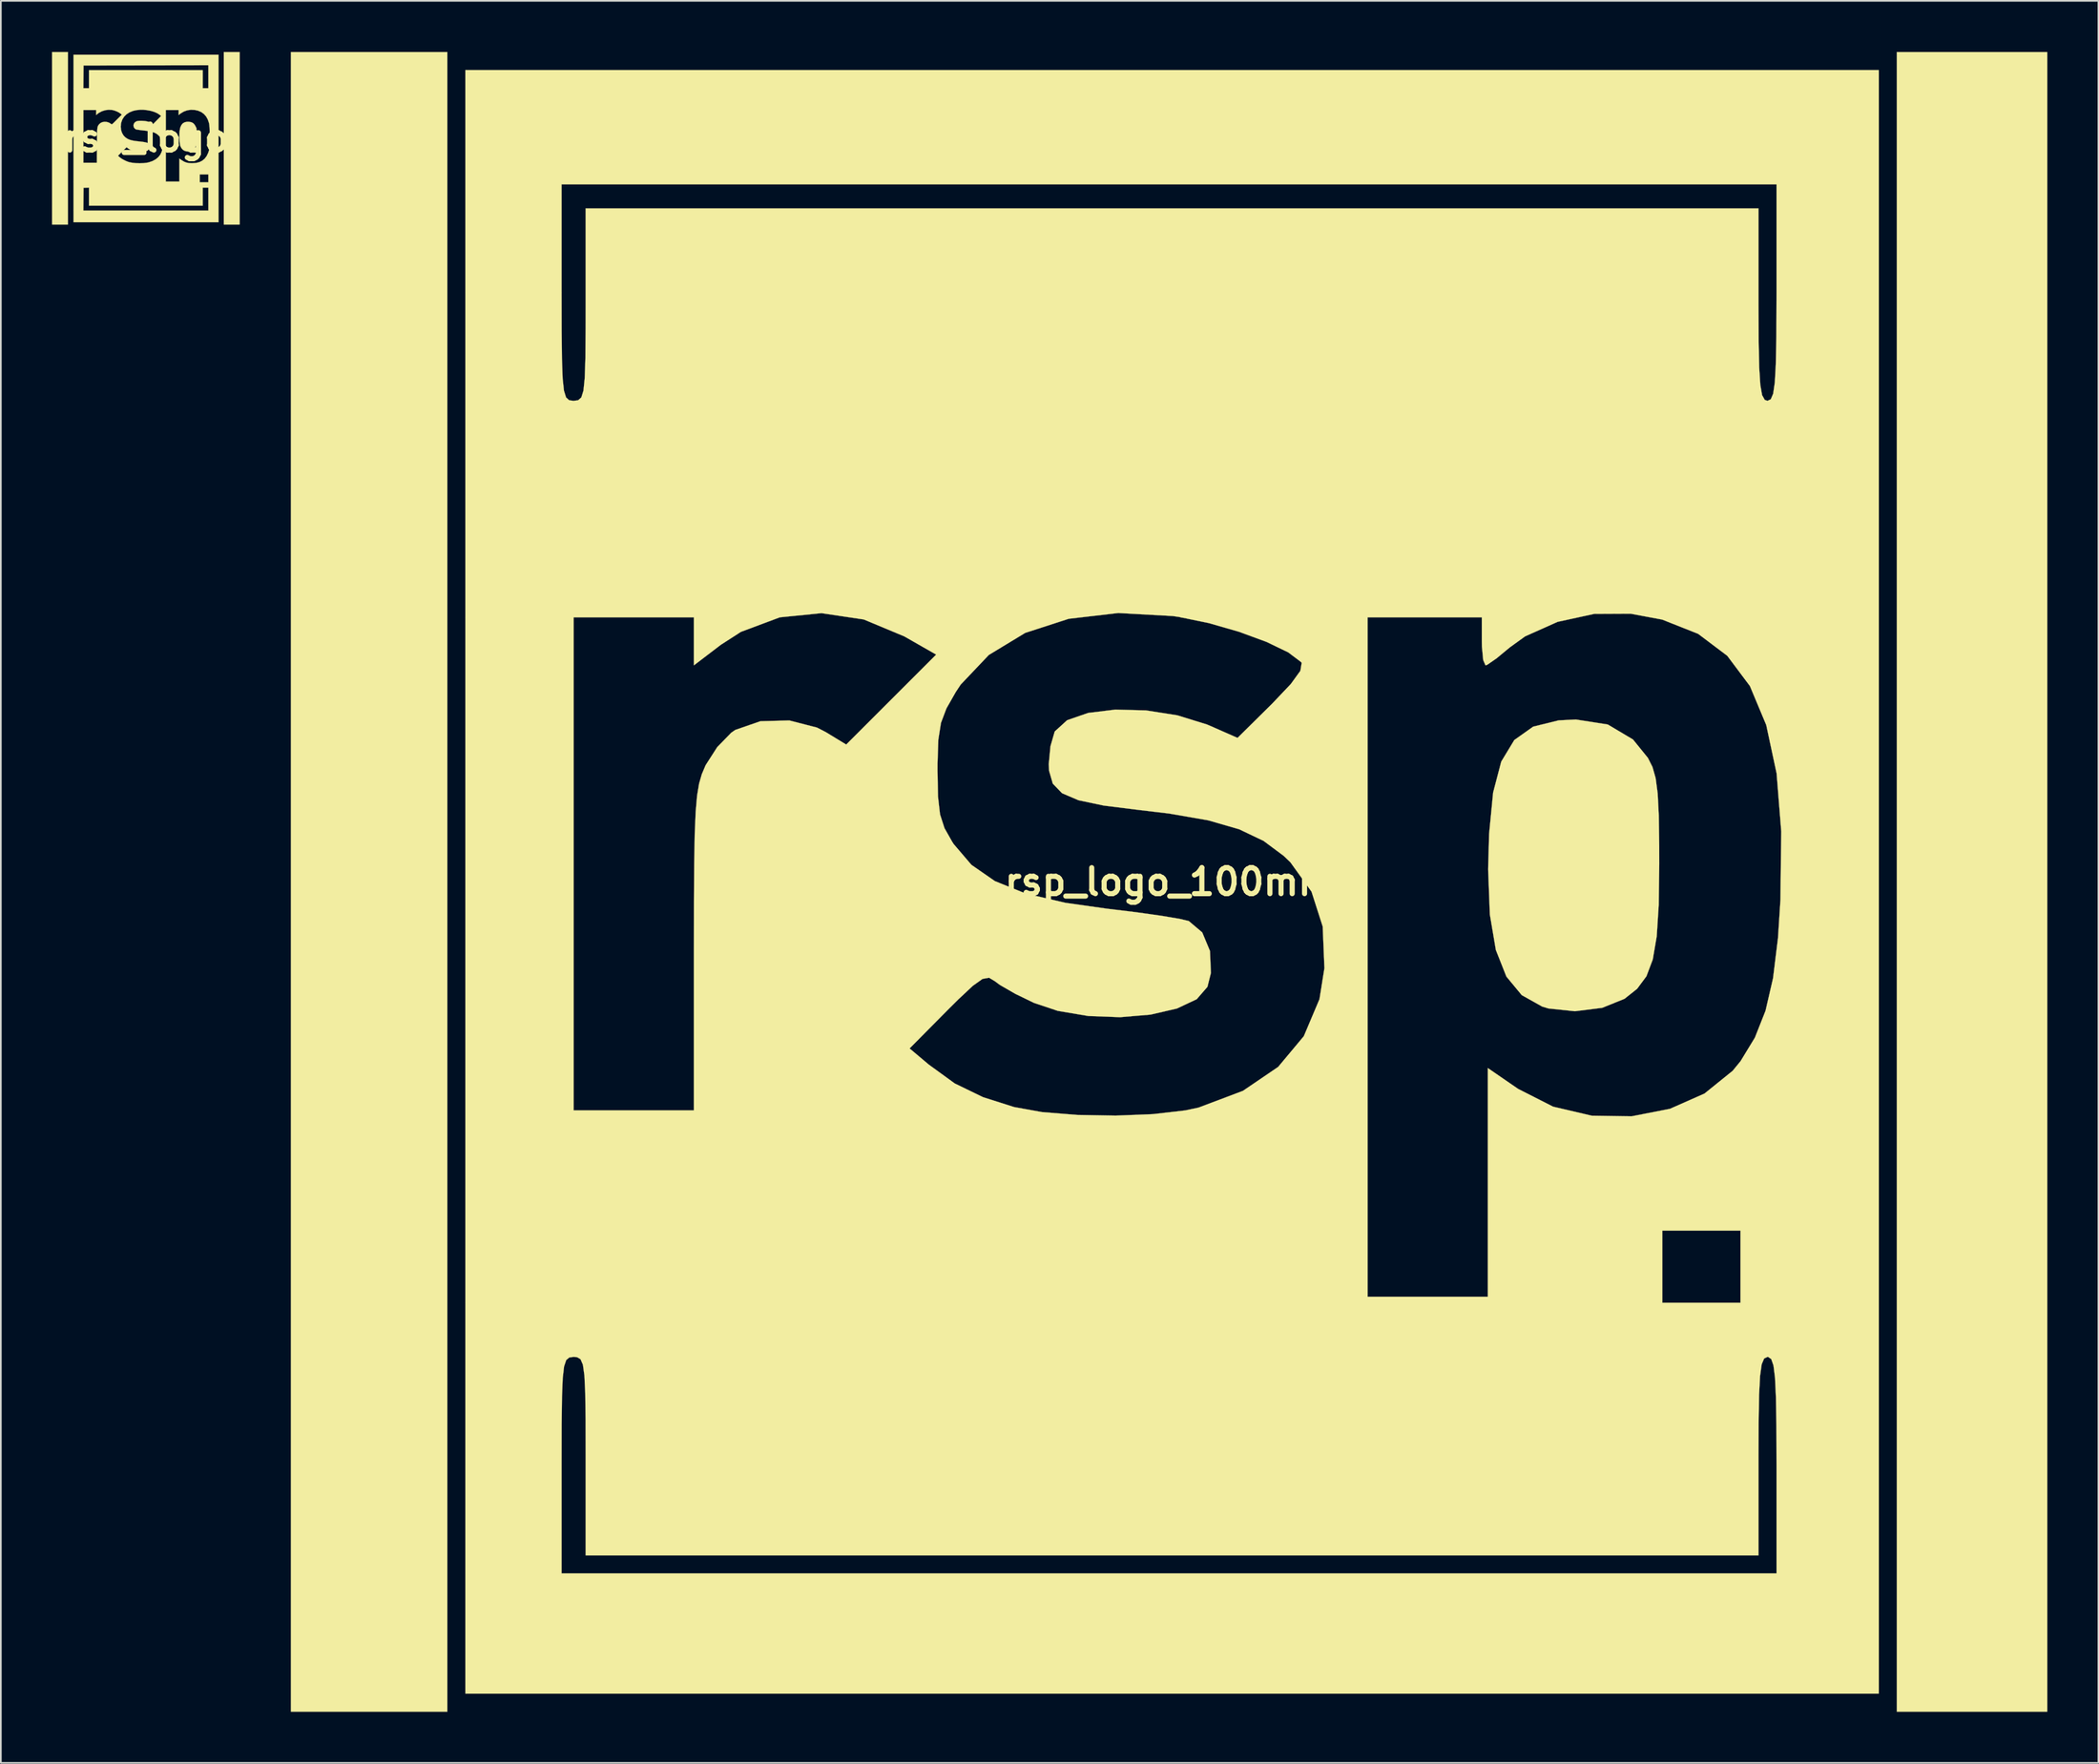
<source format=kicad_pcb>
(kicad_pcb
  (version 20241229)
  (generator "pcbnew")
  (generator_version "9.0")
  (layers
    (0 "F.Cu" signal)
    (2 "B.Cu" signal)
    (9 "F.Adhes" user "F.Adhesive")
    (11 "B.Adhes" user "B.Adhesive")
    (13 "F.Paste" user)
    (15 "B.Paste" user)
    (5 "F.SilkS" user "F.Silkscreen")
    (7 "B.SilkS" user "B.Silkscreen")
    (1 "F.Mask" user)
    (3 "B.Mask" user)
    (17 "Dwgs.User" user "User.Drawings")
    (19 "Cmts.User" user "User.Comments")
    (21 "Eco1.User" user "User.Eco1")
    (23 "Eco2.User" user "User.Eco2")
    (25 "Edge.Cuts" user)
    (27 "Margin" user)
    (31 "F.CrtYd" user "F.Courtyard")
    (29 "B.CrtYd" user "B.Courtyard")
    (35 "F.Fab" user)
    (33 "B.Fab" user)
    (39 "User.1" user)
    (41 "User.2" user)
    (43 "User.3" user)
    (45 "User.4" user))
  (footprint "rsp_logo_100mm"
    (layer "F.Cu")
    (at 65.52 48.688)
    (property "Reference" "rsp_logo_100mm" (at 0 0 0) (layer "F.SilkS") (effects (font (size 1.524 1.524) (thickness 0.3))))
    (attr through_hole)
    (fp_poly (pts (xy -42.333 48.683) (xy -51.506 48.683) (xy -51.506 -48.683) (xy -42.333 -48.683) (xy -42.333 48.683)) (stroke (width 0.01) (type solid)) (fill yes) (layer "F.SilkS"))
    (fp_poly (pts (xy 51.506 48.683) (xy 42.686 48.683) (xy 42.686 -48.683) (xy 51.506 -48.683) (xy 51.506 48.683)) (stroke (width 0.01) (type solid)) (fill yes) (layer "F.SilkS"))
    (fp_poly (pts (xy 25.733 -9.232) (xy 27.212 -8.352) (xy 28.086 -7.272) (xy 28.354 -6.739) (xy 28.54 -6.085) (xy 28.659 -5.181) (xy 28.724 -3.895) (xy 28.749 -2.096) (xy 28.751 -1.058) (xy 28.719 1.365) (xy 28.602 3.197) (xy 28.371 4.551) (xy 27.998 5.538) (xy 27.454 6.271) (xy 26.716 6.858) (xy 25.408 7.388) (xy 23.805 7.589) (xy 22.251 7.426) (xy 21.884 7.316) (xy 20.685 6.643) (xy 19.785 5.555) (xy 19.168 3.997) (xy 18.816 1.915) (xy 18.714 -0.747) (xy 18.772 -2.816) (xy 19.008 -5.243) (xy 19.484 -7.057) (xy 20.25 -8.322) (xy 21.356 -9.107) (xy 22.852 -9.475) (xy 23.863 -9.525) (xy 25.733 -9.232)) (stroke (width 0.01) (type solid)) (fill yes) (layer "F.SilkS"))
    (fp_poly (pts (xy 41.628 47.625) (xy -41.275 47.625) (xy -41.275 34.219) (xy -35.631 34.219) (xy -35.631 40.569) (xy 35.631 40.569) (xy 35.631 34.219) (xy 35.623 31.925) (xy 35.596 30.245) (xy 35.541 29.091) (xy 35.451 28.37) (xy 35.319 27.994) (xy 35.137 27.872) (xy 35.101 27.869) (xy 34.903 27.962) (xy 34.76 28.301) (xy 34.664 28.982) (xy 34.606 30.099) (xy 34.579 31.744) (xy 34.572 33.69) (xy 34.572 39.511) (xy -34.219 39.511) (xy -34.219 33.69) (xy -34.223 31.542) (xy -34.243 30) (xy -34.291 28.963) (xy -34.379 28.331) (xy -34.519 28.005) (xy -34.723 27.885) (xy -34.925 27.869) (xy -35.176 27.9) (xy -35.359 28.054) (xy -35.485 28.427) (xy -35.564 29.117) (xy -35.608 30.218) (xy -35.627 31.826) (xy -35.631 34.037) (xy -35.631 34.219) (xy -41.275 34.219) (xy -41.275 -15.522) (xy -34.925 -15.522) (xy -34.925 13.406) (xy -27.869 13.406) (xy -27.869 9.772) (xy -15.221 9.772) (xy -14.094 10.72) (xy -12.572 11.826) (xy -10.914 12.631) (xy -9.091 13.211) (xy -7.461 13.506) (xy -5.391 13.673) (xy -3.134 13.714) (xy -0.938 13.626) (xy 0.946 13.409) (xy 1.729 13.243) (xy 4.334 12.26) (xy 6.4 10.855) (xy 7.904 9.053) (xy 8.823 6.88) (xy 9.112 5.063) (xy 9.012 2.62) (xy 8.355 0.573) (xy 7.118 -1.148) (xy 6.73 -1.521) (xy 5.544 -2.404) (xy 4.111 -3.087) (xy 2.304 -3.609) (xy -0.002 -4.01) (xy -1.747 -4.217) (xy -3.835 -4.478) (xy -5.312 -4.789) (xy -6.275 -5.201) (xy -6.818 -5.761) (xy -7.037 -6.517) (xy -7.056 -6.91) (xy -6.955 -7.962) (xy -6.713 -8.8) (xy -6.697 -8.831) (xy -5.978 -9.485) (xy -4.745 -9.911) (xy -3.154 -10.105) (xy -1.359 -10.06) (xy 0.482 -9.772) (xy 2.215 -9.236) (xy 2.449 -9.137) (xy 4.016 -8.446) (xy 6.054 -10.463) (xy 7.14 -11.607) (xy 7.702 -12.383) (xy 7.778 -12.844) (xy 7.745 -12.896) (xy 6.99 -13.465) (xy 5.718 -14.078) (xy 4.105 -14.672) (xy 2.332 -15.182) (xy 0.683 -15.522) (xy 11.642 -15.522) (xy 11.642 24.342) (xy 18.697 24.342) (xy 18.697 20.461) (xy 28.928 20.461) (xy 28.928 24.694) (xy 33.514 24.694) (xy 33.514 20.461) (xy 28.928 20.461) (xy 18.697 20.461) (xy 18.697 10.924) (xy 20.472 12.145) (xy 22.524 13.188) (xy 24.791 13.718) (xy 27.124 13.755) (xy 29.378 13.315) (xy 31.405 12.419) (xy 33.059 11.083) (xy 33.522 10.516) (xy 34.361 9.138) (xy 34.985 7.561) (xy 35.426 5.652) (xy 35.717 3.279) (xy 35.859 1.058) (xy 35.907 -2.958) (xy 35.634 -6.368) (xy 35.027 -9.202) (xy 34.068 -11.491) (xy 32.741 -13.264) (xy 31.031 -14.553) (xy 28.922 -15.388) (xy 27.071 -15.734) (xy 24.936 -15.723) (xy 22.787 -15.255) (xy 20.882 -14.404) (xy 19.975 -13.749) (xy 19.212 -13.117) (xy 18.674 -12.744) (xy 18.562 -12.7) (xy 18.426 -13.013) (xy 18.35 -13.796) (xy 18.344 -14.111) (xy 18.344 -15.522) (xy 11.642 -15.522) (xy 0.683 -15.522) (xy 0.577 -15.544) (xy 0.214 -15.597) (xy -2.975 -15.774) (xy -5.882 -15.436) (xy -8.438 -14.608) (xy -10.574 -13.312) (xy -12.223 -11.574) (xy -12.511 -11.139) (xy -13.059 -10.176) (xy -13.38 -9.326) (xy -13.535 -8.337) (xy -13.581 -6.958) (xy -13.582 -6.526) (xy -13.554 -5.008) (xy -13.434 -3.96) (xy -13.172 -3.15) (xy -12.716 -2.345) (xy -12.63 -2.213) (xy -11.592 -0.998) (xy -10.217 -0.045) (xy -8.412 0.684) (xy -6.083 1.228) (xy -3.66 1.571) (xy -1.962 1.777) (xy -0.482 1.985) (xy 0.617 2.169) (xy 1.156 2.298) (xy 1.945 2.965) (xy 2.399 4.055) (xy 2.454 5.341) (xy 2.25 6.158) (xy 1.622 6.883) (xy 0.458 7.431) (xy -1.09 7.788) (xy -2.872 7.938) (xy -4.735 7.869) (xy -6.529 7.567) (xy -7.925 7.099) (xy -9.027 6.564) (xy -9.92 6.048) (xy -10.236 5.816) (xy -10.557 5.624) (xy -10.941 5.692) (xy -11.505 6.093) (xy -12.366 6.899) (xy -13.009 7.54) (xy -15.221 9.772) (xy -27.869 9.772) (xy -27.869 3.992) (xy -27.866 1.138) (xy -27.851 -1.103) (xy -27.82 -2.822) (xy -27.766 -4.11) (xy -27.683 -5.06) (xy -27.566 -5.763) (xy -27.408 -6.311) (xy -27.204 -6.796) (xy -27.171 -6.864) (xy -26.498 -7.911) (xy -25.676 -8.753) (xy -25.441 -8.915) (xy -23.968 -9.425) (xy -22.272 -9.469) (xy -20.653 -9.053) (xy -20.14 -8.789) (xy -18.937 -8.056) (xy -13.659 -13.334) (xy -15.53 -14.403) (xy -17.907 -15.395) (xy -20.385 -15.765) (xy -22.83 -15.521) (xy -25.111 -14.669) (xy -26.29 -13.91) (xy -27.869 -12.705) (xy -27.869 -15.522) (xy -34.925 -15.522) (xy -41.275 -15.522) (xy -41.275 -40.922) (xy -35.631 -40.922) (xy -35.631 -34.572) (xy -35.627 -32.315) (xy -35.61 -30.667) (xy -35.569 -29.533) (xy -35.492 -28.818) (xy -35.37 -28.425) (xy -35.191 -28.258) (xy -34.945 -28.222) (xy -34.925 -28.222) (xy -34.661 -28.255) (xy -34.473 -28.422) (xy -34.347 -28.823) (xy -34.272 -29.562) (xy -34.234 -30.738) (xy -34.221 -32.455) (xy -34.219 -33.867) (xy -34.219 -39.511) (xy 34.572 -39.511) (xy 34.572 -33.867) (xy 34.581 -31.719) (xy 34.613 -30.181) (xy 34.678 -29.158) (xy 34.784 -28.555) (xy 34.94 -28.276) (xy 35.101 -28.222) (xy 35.293 -28.312) (xy 35.433 -28.64) (xy 35.529 -29.297) (xy 35.589 -30.374) (xy 35.62 -31.961) (xy 35.63 -34.148) (xy 35.631 -34.572) (xy 35.631 -40.922) (xy -35.631 -40.922) (xy -41.275 -40.922) (xy -41.275 -47.625) (xy 41.628 -47.625) (xy 41.628 47.625)) (stroke (width 0.01) (type solid)) (fill yes) (layer "F.SilkS")))
  (footprint "rsp_logo"
    (layer "F.Cu")
    (at 5.505 5.063)
    (property "Reference" "rsp_logo" (at 0 0 180) (layer "F.SilkS") (effects (font (size 1.524 1.524) (thickness 0.3))))
    (attr through_hole)
    (fp_poly (pts (xy -4.572 5.058) (xy -5.5 5.058) (xy -5.5 -5.058) (xy -4.572 -5.058) (xy -4.572 5.058)) (stroke (width 0.01) (type solid)) (fill yes) (layer "F.SilkS"))
    (fp_poly (pts (xy 5.5 5.058) (xy 4.572 5.058) (xy 4.572 -5.058) (xy 5.5 -5.058) (xy 5.5 5.058)) (stroke (width 0.01) (type solid)) (fill yes) (layer "F.SilkS"))
    (fp_poly (pts (xy 2.533 -0.966) (xy 2.667 -0.942) (xy 2.772 -0.89) (xy 2.854 -0.804) (xy 2.908 -0.713) (xy 2.971 -0.585) (xy 2.971 -0.121) (xy 2.97 0.041) (xy 2.968 0.167) (xy 2.964 0.263) (xy 2.958 0.335) (xy 2.949 0.392) (xy 2.936 0.44) (xy 2.931 0.457) (xy 2.866 0.58) (xy 2.772 0.676) (xy 2.655 0.74) (xy 2.521 0.771) (xy 2.378 0.764) (xy 2.286 0.74) (xy 2.181 0.681) (xy 2.094 0.587) (xy 2.03 0.467) (xy 2.02 0.438) (xy 2.001 0.351) (xy 1.986 0.23) (xy 1.976 0.088) (xy 1.97 -0.064) (xy 1.969 -0.215) (xy 1.975 -0.354) (xy 1.984 -0.458) (xy 2.021 -0.633) (xy 2.081 -0.77) (xy 2.163 -0.871) (xy 2.271 -0.936) (xy 2.404 -0.966) (xy 2.533 -0.966)) (stroke (width 0.01) (type solid)) (fill yes) (layer "F.SilkS"))
    (fp_poly (pts (xy 4.263 4.925) (xy -4.241 4.925) (xy -4.241 4.241) (xy -3.667 4.241) (xy 3.666 4.241) (xy 3.666 2.893) (xy 3.335 2.893) (xy 3.335 3.954) (xy -3.335 3.954) (xy -3.335 2.891) (xy -3.495 2.898) (xy -3.655 2.904) (xy -3.661 3.573) (xy -3.667 4.241) (xy -4.241 4.241) (xy -4.241 -1.657) (xy -3.666 -1.657) (xy -3.666 1.436) (xy -2.873 1.436) (xy -2.871 1.027) (xy -1.636 1.027) (xy -1.541 1.109) (xy -1.437 1.187) (xy -1.305 1.264) (xy -1.164 1.334) (xy -1.028 1.386) (xy -0.976 1.402) (xy -0.79 1.438) (xy -0.58 1.46) (xy -0.36 1.467) (xy -0.144 1.459) (xy 0.054 1.436) (xy 0.169 1.413) (xy 0.388 1.338) (xy 0.576 1.236) (xy 0.73 1.109) (xy 0.849 0.958) (xy 0.931 0.785) (xy 0.976 0.594) (xy 0.98 0.386) (xy 0.971 0.306) (xy 0.938 0.144) (xy 0.884 0.012) (xy 0.806 -0.104) (xy 0.783 -0.131) (xy 0.701 -0.211) (xy 0.61 -0.277) (xy 0.503 -0.33) (xy 0.375 -0.374) (xy 0.22 -0.41) (xy 0.032 -0.44) (xy -0.156 -0.462) (xy -0.285 -0.477) (xy -0.402 -0.492) (xy -0.498 -0.507) (xy -0.564 -0.519) (xy -0.592 -0.528) (xy -0.67 -0.591) (xy -0.715 -0.673) (xy -0.726 -0.763) (xy -0.704 -0.851) (xy -0.65 -0.93) (xy -0.568 -0.986) (xy -0.508 -1.007) (xy -0.437 -1.019) (xy -0.342 -1.025) (xy -0.255 -1.026) (xy -0.044 -1.012) (xy 0.137 -0.974) (xy 0.296 -0.908) (xy 0.329 -0.89) (xy 0.426 -0.833) (xy 0.895 -1.308) (xy 0.817 -1.373) (xy 0.676 -1.468) (xy 0.502 -1.546) (xy 0.303 -1.607) (xy 0.088 -1.649) (xy 0.011 -1.657) (xy 1.171 -1.657) (xy 1.171 2.54) (xy 1.966 2.54) (xy 1.966 2.12) (xy 3.158 2.12) (xy 3.158 2.584) (xy 3.666 2.584) (xy 3.666 2.12) (xy 3.158 2.12) (xy 1.966 2.12) (xy 1.966 1.193) (xy 2.11 1.292) (xy 2.241 1.371) (xy 2.37 1.423) (xy 2.511 1.453) (xy 2.677 1.464) (xy 2.728 1.464) (xy 2.952 1.447) (xy 3.146 1.397) (xy 3.312 1.314) (xy 3.452 1.196) (xy 3.566 1.043) (xy 3.657 0.853) (xy 3.704 0.707) (xy 3.718 0.631) (xy 3.729 0.519) (xy 3.738 0.378) (xy 3.744 0.216) (xy 3.747 0.041) (xy 3.748 -0.14) (xy 3.746 -0.319) (xy 3.741 -0.489) (xy 3.734 -0.641) (xy 3.724 -0.768) (xy 3.711 -0.862) (xy 3.705 -0.889) (xy 3.632 -1.104) (xy 3.532 -1.284) (xy 3.403 -1.429) (xy 3.247 -1.541) (xy 3.062 -1.62) (xy 2.877 -1.661) (xy 2.65 -1.673) (xy 2.433 -1.643) (xy 2.229 -1.571) (xy 2.039 -1.457) (xy 2.024 -1.445) (xy 1.922 -1.367) (xy 1.922 -1.657) (xy 1.171 -1.657) (xy 0.011 -1.657) (xy -0.135 -1.671) (xy -0.357 -1.671) (xy -0.57 -1.649) (xy -0.763 -1.603) (xy -0.967 -1.519) (xy -1.139 -1.406) (xy -1.277 -1.267) (xy -1.38 -1.104) (xy -1.446 -0.917) (xy -1.458 -0.863) (xy -1.473 -0.677) (xy -1.455 -0.497) (xy -1.405 -0.33) (xy -1.325 -0.186) (xy -1.261 -0.111) (xy -1.178 -0.036) (xy -1.087 0.025) (xy -0.984 0.074) (xy -0.862 0.113) (xy -0.713 0.145) (xy -0.531 0.171) (xy -0.375 0.188) (xy -0.202 0.208) (xy -0.068 0.228) (xy 0.032 0.251) (xy 0.105 0.277) (xy 0.154 0.31) (xy 0.186 0.349) (xy 0.188 0.354) (xy 0.22 0.46) (xy 0.212 0.564) (xy 0.166 0.657) (xy 0.085 0.729) (xy 0.064 0.741) (xy -0.032 0.774) (xy -0.16 0.794) (xy -0.307 0.801) (xy -0.461 0.794) (xy -0.613 0.775) (xy -0.75 0.742) (xy -0.78 0.732) (xy -0.873 0.692) (xy -0.972 0.638) (xy -1.02 0.607) (xy -1.132 0.526) (xy -1.384 0.776) (xy -1.636 1.027) (xy -2.871 1.027) (xy -2.867 0.414) (xy -2.865 0.168) (xy -2.863 -0.038) (xy -2.861 -0.209) (xy -2.858 -0.347) (xy -2.854 -0.459) (xy -2.847 -0.546) (xy -2.839 -0.615) (xy -2.828 -0.668) (xy -2.813 -0.71) (xy -2.796 -0.745) (xy -2.774 -0.778) (xy -2.748 -0.812) (xy -2.737 -0.826) (xy -2.651 -0.901) (xy -2.542 -0.948) (xy -2.417 -0.967) (xy -2.289 -0.957) (xy -2.166 -0.919) (xy -2.058 -0.853) (xy -2.042 -0.838) (xy -2.026 -0.825) (xy -2.009 -0.819) (xy -1.987 -0.825) (xy -1.956 -0.846) (xy -1.91 -0.887) (xy -1.845 -0.95) (xy -1.755 -1.039) (xy -1.704 -1.09) (xy -1.41 -1.385) (xy -1.484 -1.447) (xy -1.591 -1.52) (xy -1.726 -1.586) (xy -1.871 -1.637) (xy -1.988 -1.663) (xy -2.187 -1.673) (xy -2.388 -1.647) (xy -2.58 -1.586) (xy -2.753 -1.494) (xy -2.82 -1.445) (xy -2.915 -1.366) (xy -2.915 -1.657) (xy -3.666 -1.657) (xy -4.241 -1.657) (xy -4.241 -2.938) (xy -3.667 -2.938) (xy -3.335 -2.938) (xy -3.335 -3.998) (xy 3.335 -3.998) (xy 3.335 -2.938) (xy 3.666 -2.938) (xy 3.666 -4.285) (xy 0.006 -4.279) (xy -3.655 -4.274) (xy -3.661 -3.606) (xy -3.667 -2.938) (xy -4.241 -2.938) (xy -4.241 -4.903) (xy 4.263 -4.903) (xy 4.263 4.925)) (stroke (width 0.01) (type solid)) (fill yes) (layer "F.SilkS")))
  (gr_rect
    (start -3 -3)
    (end 120.03 100.377)
    (stroke (width 0.1) (type default))
    (fill no)
    (layer "Edge.Cuts")))
</source>
